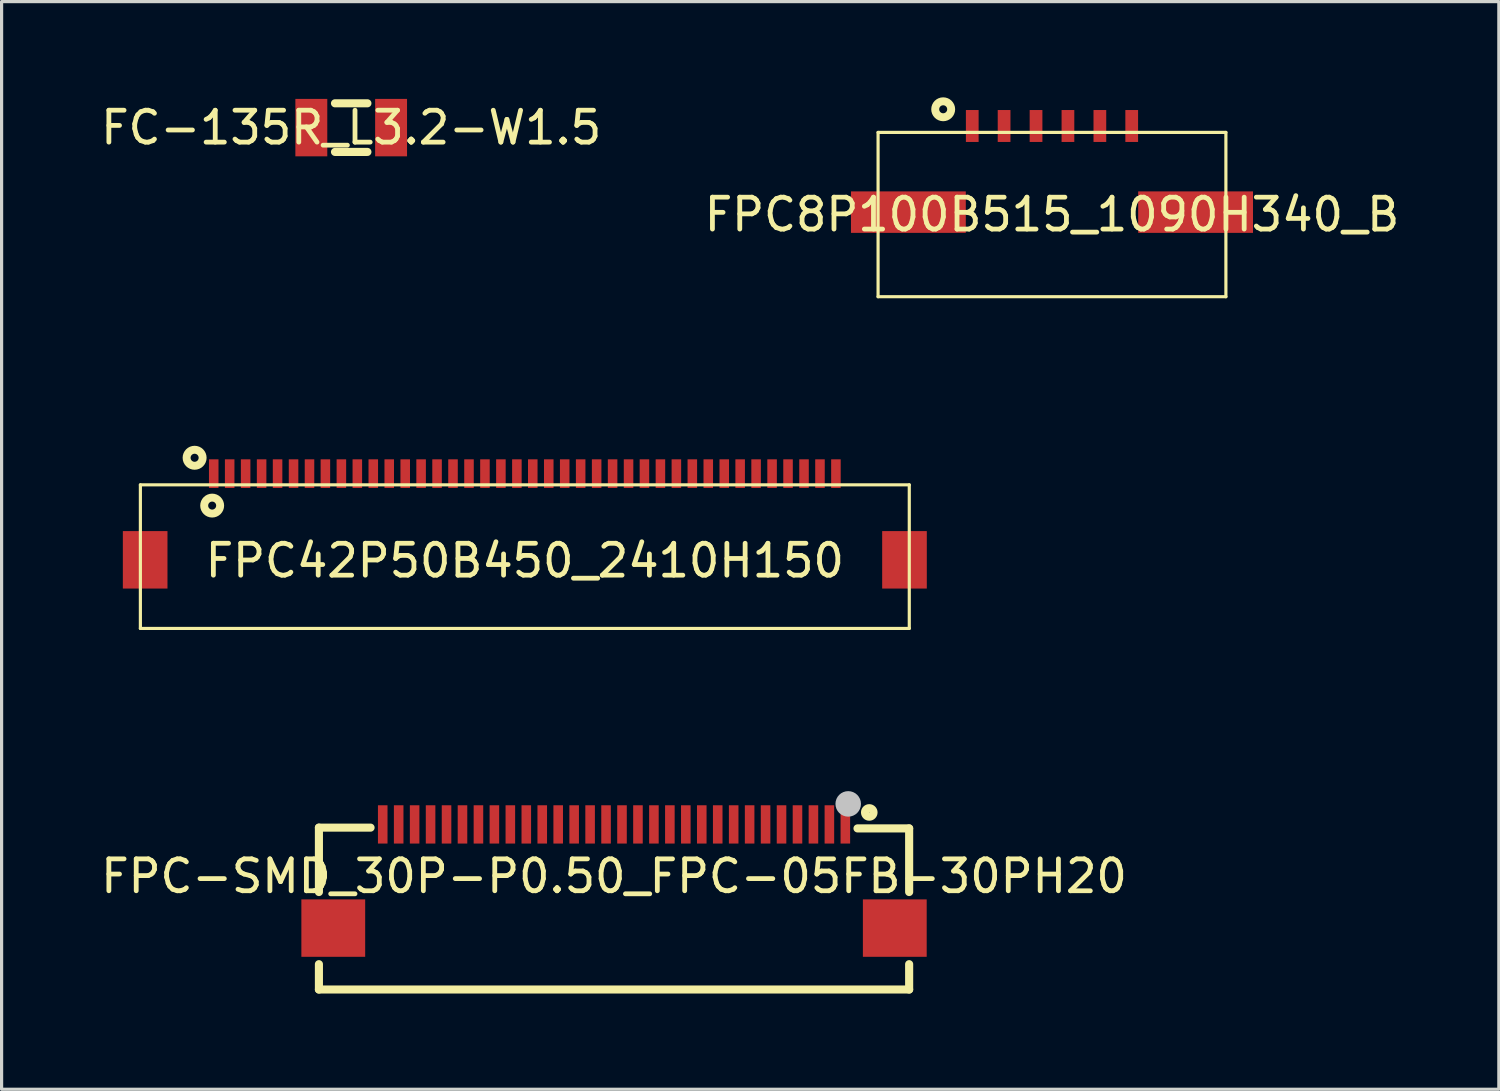
<source format=kicad_pcb>
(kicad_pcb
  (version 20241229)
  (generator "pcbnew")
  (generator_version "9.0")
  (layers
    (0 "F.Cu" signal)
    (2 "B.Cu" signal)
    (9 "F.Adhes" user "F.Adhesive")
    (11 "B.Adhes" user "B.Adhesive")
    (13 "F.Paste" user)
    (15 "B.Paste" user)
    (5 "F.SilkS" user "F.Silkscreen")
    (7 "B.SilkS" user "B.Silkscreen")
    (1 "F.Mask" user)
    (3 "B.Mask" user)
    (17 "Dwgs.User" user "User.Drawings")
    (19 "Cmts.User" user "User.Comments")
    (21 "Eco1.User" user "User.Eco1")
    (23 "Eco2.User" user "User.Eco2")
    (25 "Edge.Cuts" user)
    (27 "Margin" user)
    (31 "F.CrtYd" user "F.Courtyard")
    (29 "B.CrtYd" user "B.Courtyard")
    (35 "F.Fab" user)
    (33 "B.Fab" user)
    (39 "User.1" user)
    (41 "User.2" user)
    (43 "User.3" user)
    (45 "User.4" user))
  (footprint "FPC8P100B515_1090H340_B"
    (layer "F.Cu")
    (at 29.923 3.675)
    (property "Reference" "FPC8P100B515_1090H340_B" (at 0 0 0) (layer "F.SilkS") (effects (font (size 1 1) (thickness 0.15))))
    (fp_line (start -5.451 -2.575) (end 5.451 -2.575) (stroke (width 0.099) (type default)) (layer "F.SilkS"))
    (fp_line (start -5.451 2.575) (end -5.451 -2.575) (stroke (width 0.099) (type default)) (layer "F.SilkS"))
    (fp_line (start -5.451 2.575) (end 5.451 2.575) (stroke (width 0.099) (type default)) (layer "F.SilkS"))
    (fp_line (start 5.451 2.575) (end 5.451 -2.575) (stroke (width 0.099) (type default)) (layer "F.SilkS"))
    (fp_circle (center -3.41 -3.3) (end -3.16 -3.3) (stroke (width 0.249) (type default)) (fill no) (layer "F.SilkS"))
    (fp_line (start -6.599 -3.574) (end 6.599 -3.574) (stroke (width 0.025) (type default)) (layer "User.1"))
    (fp_line (start -6.599 3.574) (end -6.599 -3.574) (stroke (width 0.025) (type default)) (layer "User.1"))
    (fp_line (start -6.599 3.574) (end 6.599 3.574) (stroke (width 0.025) (type default)) (layer "User.1"))
    (fp_line (start 6.599 3.574) (end 6.599 -3.574) (stroke (width 0.025) (type default)) (layer "User.1"))
    (fp_poly (pts (xy -5.451 -2.575) (xy -5.451 2.575) (xy 5.451 2.575) (xy 5.451 -2.575)) (stroke (width 0.1) (type default)) (fill no) (layer "User.1"))
    (fp_poly (pts (xy -5.451 -2.575) (xy -5.451 2.575) (xy 5.451 2.575) (xy 5.451 -2.575)) (stroke (width 0.1) (type default)) (fill no) (layer "User.1"))
    (fp_poly (pts (xy -5.25 -3.574) (xy 6.599 -3.574) (xy 6.599 3.574) (xy -6.599 3.574) (xy -6.599 -3.574) (xy -5.451 -3.574) (xy -5.451 2.575) (xy 5.451 2.575) (xy 5.451 -2.575) (xy -5.25 -2.575)) (stroke (width 0.1) (type default)) (fill no) (layer "User.1"))
    (fp_poly (pts (xy -5.25 -3.574) (xy 6.599 -3.574) (xy 6.599 3.574) (xy -6.599 3.574) (xy -6.599 -3.574) (xy -5.451 -3.574) (xy -5.451 2.575) (xy 5.451 2.575) (xy 5.451 -2.575) (xy -5.25 -2.575)) (stroke (width 0.1) (type default)) (fill no) (layer "User.1"))
    (pad "1" smd rect (at -2.499 -2.776) (size 0.399 1.001) (layers "F.Cu" "F.Mask" "F.Paste"))
    (pad "2" smd rect (at -1.501 -2.776) (size 0.399 1.001) (layers "F.Cu" "F.Mask" "F.Paste"))
    (pad "3" smd rect (at -0.5 -2.776) (size 0.399 1.001) (layers "F.Cu" "F.Mask" "F.Paste"))
    (pad "4" smd rect (at 0.5 -2.776) (size 0.399 1.001) (layers "F.Cu" "F.Mask" "F.Paste"))
    (pad "5" smd rect (at 1.501 -2.776) (size 0.399 1.001) (layers "F.Cu" "F.Mask" "F.Paste"))
    (pad "6" smd rect (at 2.499 -2.776) (size 0.399 1.001) (layers "F.Cu" "F.Mask" "F.Paste"))
    (pad "7" smd rect (at 4.501 -0.076) (size 3.599 1.3) (layers "F.Cu" "F.Mask" "F.Paste"))
    (pad "8" smd rect (at -4.501 -0.076) (size 3.599 1.3) (layers "F.Cu" "F.Mask" "F.Paste")))
  (footprint "FC-135R_L3.2-W1.5"
    (layer "F.Cu")
    (at 7.958 0.95)
    (property "Reference" "FC-135R_L3.2-W1.5" (at 0 0 0) (layer "F.SilkS") (effects (font (size 1 1) (thickness 0.15))))
    (fp_line (start -0.508 -0.762) (end 0.508 -0.762) (stroke (width 0.254) (type default)) (layer "F.SilkS"))
    (fp_line (start 0.508 0.762) (end -0.508 0.762) (stroke (width 0.254) (type default)) (layer "F.SilkS"))
    (fp_poly (pts (xy -1.75 0.9) (xy -1.75 -0.9) (xy -0.75 -0.9) (xy -0.75 0.9)) (stroke (width 0.1) (type default)) (fill no) (layer "User.1"))
    (fp_poly (pts (xy 0.75 0.9) (xy 0.75 -0.9) (xy 1.75 -0.9) (xy 1.75 0.9)) (stroke (width 0.1) (type default)) (fill no) (layer "User.1"))
    (fp_line (start -1.75 -0.9) (end 1.75 -0.9) (stroke (width 0.051) (type default)) (layer "User.2"))
    (fp_line (start -1.75 0.9) (end -1.75 -0.9) (stroke (width 0.051) (type default)) (layer "User.2"))
    (fp_line (start 1.75 -0.9) (end 1.75 0.9) (stroke (width 0.051) (type default)) (layer "User.2"))
    (fp_line (start 1.75 0.9) (end -1.75 0.9) (stroke (width 0.051) (type default)) (layer "User.2"))
    (fp_poly (pts (xy -1.69 0.9) (xy -1.708 0.858) (xy -1.75 0.84) (xy -1.792 0.858) (xy -1.81 0.9) (xy -1.792 0.942) (xy -1.75 0.96) (xy -1.708 0.942)) (stroke (width 0.1) (type default)) (fill no) (layer "User.3"))
    (pad "1" smd rect (at -1.25 0 90) (size 1.8 1) (layers "F.Cu" "F.Mask" "F.Paste"))
    (pad "2" smd rect (at 1.25 0 90) (size 1.8 1) (layers "F.Cu" "F.Mask" "F.Paste")))
  (footprint "FPC-SMD_30P-P0.50_FPC-05FB-30PH20"
    (layer "F.Cu")
    (at 16.196 24.415)
    (property "Reference" "FPC-SMD_30P-P0.50_FPC-05FB-30PH20" (at 0 0 0) (layer "F.SilkS") (effects (font (size 1 1) (thickness 0.15))))
    (fp_line (start -9.25 -1.524) (end -7.631 -1.524) (stroke (width 0.254) (type default)) (layer "F.SilkS"))
    (fp_line (start -9.25 0.494) (end -9.25 -1.524) (stroke (width 0.254) (type default)) (layer "F.SilkS"))
    (fp_line (start -9.25 2.756) (end -9.25 3.55) (stroke (width 0.254) (type default)) (layer "F.SilkS"))
    (fp_line (start -9.25 3.55) (end 9.25 3.55) (stroke (width 0.254) (type default)) (layer "F.SilkS"))
    (fp_line (start 9.25 -1.5) (end 7.631 -1.5) (stroke (width 0.254) (type default)) (layer "F.SilkS"))
    (fp_line (start 9.25 0.494) (end 9.25 -1.5) (stroke (width 0.254) (type default)) (layer "F.SilkS"))
    (fp_line (start 9.25 3.55) (end 9.25 2.756) (stroke (width 0.254) (type default)) (layer "F.SilkS"))
    (fp_circle (center 8 -2) (end 8.133 -2) (stroke (width 0.254) (type default)) (fill no) (layer "F.SilkS"))
    (fp_circle (center 7.34 -2.268) (end 7.54 -2.268) (stroke (width 0.4) (type default)) (fill no) (layer "Dwgs.User"))
    (fp_poly (pts (xy -9.25 2.375) (xy -9.25 0.875) (xy -8.55 0.875) (xy -8.55 2.375)) (stroke (width 0.1) (type default)) (fill no) (layer "User.1"))
    (fp_poly (pts (xy -7.325 -1.883) (xy -7.175 -1.883) (xy -7.175 -1.183) (xy -7.325 -1.183)) (stroke (width 0.1) (type default)) (fill no) (layer "User.1"))
    (fp_poly (pts (xy -6.825 -1.883) (xy -6.675 -1.883) (xy -6.675 -1.183) (xy -6.825 -1.183)) (stroke (width 0.1) (type default)) (fill no) (layer "User.1"))
    (fp_poly (pts (xy -6.325 -1.883) (xy -6.175 -1.883) (xy -6.175 -1.183) (xy -6.325 -1.183)) (stroke (width 0.1) (type default)) (fill no) (layer "User.1"))
    (fp_poly (pts (xy -5.825 -1.883) (xy -5.675 -1.883) (xy -5.675 -1.183) (xy -5.825 -1.183)) (stroke (width 0.1) (type default)) (fill no) (layer "User.1"))
    (fp_poly (pts (xy -5.325 -1.883) (xy -5.175 -1.883) (xy -5.175 -1.183) (xy -5.325 -1.183)) (stroke (width 0.1) (type default)) (fill no) (layer "User.1"))
    (fp_poly (pts (xy -4.825 -1.883) (xy -4.675 -1.883) (xy -4.675 -1.183) (xy -4.825 -1.183)) (stroke (width 0.1) (type default)) (fill no) (layer "User.1"))
    (fp_poly (pts (xy -4.325 -1.883) (xy -4.175 -1.883) (xy -4.175 -1.183) (xy -4.325 -1.183)) (stroke (width 0.1) (type default)) (fill no) (layer "User.1"))
    (fp_poly (pts (xy -3.825 -1.883) (xy -3.675 -1.883) (xy -3.675 -1.183) (xy -3.825 -1.183)) (stroke (width 0.1) (type default)) (fill no) (layer "User.1"))
    (fp_poly (pts (xy -3.325 -1.883) (xy -3.175 -1.883) (xy -3.175 -1.183) (xy -3.325 -1.183)) (stroke (width 0.1) (type default)) (fill no) (layer "User.1"))
    (fp_poly (pts (xy -2.825 -1.883) (xy -2.675 -1.883) (xy -2.675 -1.183) (xy -2.825 -1.183)) (stroke (width 0.1) (type default)) (fill no) (layer "User.1"))
    (fp_poly (pts (xy -2.325 -1.883) (xy -2.175 -1.883) (xy -2.175 -1.183) (xy -2.325 -1.183)) (stroke (width 0.1) (type default)) (fill no) (layer "User.1"))
    (fp_poly (pts (xy -1.825 -1.883) (xy -1.675 -1.883) (xy -1.675 -1.183) (xy -1.825 -1.183)) (stroke (width 0.1) (type default)) (fill no) (layer "User.1"))
    (fp_poly (pts (xy -1.325 -1.883) (xy -1.175 -1.883) (xy -1.175 -1.183) (xy -1.325 -1.183)) (stroke (width 0.1) (type default)) (fill no) (layer "User.1"))
    (fp_poly (pts (xy -0.825 -1.883) (xy -0.675 -1.883) (xy -0.675 -1.183) (xy -0.825 -1.183)) (stroke (width 0.1) (type default)) (fill no) (layer "User.1"))
    (fp_poly (pts (xy -0.325 -1.883) (xy -0.175 -1.883) (xy -0.175 -1.183) (xy -0.325 -1.183)) (stroke (width 0.1) (type default)) (fill no) (layer "User.1"))
    (fp_poly (pts (xy 0.175 -1.883) (xy 0.325 -1.883) (xy 0.325 -1.183) (xy 0.175 -1.183)) (stroke (width 0.1) (type default)) (fill no) (layer "User.1"))
    (fp_poly (pts (xy 0.675 -1.883) (xy 0.825 -1.883) (xy 0.825 -1.183) (xy 0.675 -1.183)) (stroke (width 0.1) (type default)) (fill no) (layer "User.1"))
    (fp_poly (pts (xy 1.175 -1.883) (xy 1.325 -1.883) (xy 1.325 -1.183) (xy 1.175 -1.183)) (stroke (width 0.1) (type default)) (fill no) (layer "User.1"))
    (fp_poly (pts (xy 1.675 -1.883) (xy 1.825 -1.883) (xy 1.825 -1.183) (xy 1.675 -1.183)) (stroke (width 0.1) (type default)) (fill no) (layer "User.1"))
    (fp_poly (pts (xy 2.175 -1.883) (xy 2.325 -1.883) (xy 2.325 -1.183) (xy 2.175 -1.183)) (stroke (width 0.1) (type default)) (fill no) (layer "User.1"))
    (fp_poly (pts (xy 2.675 -1.883) (xy 2.825 -1.883) (xy 2.825 -1.183) (xy 2.675 -1.183)) (stroke (width 0.1) (type default)) (fill no) (layer "User.1"))
    (fp_poly (pts (xy 3.175 -1.883) (xy 3.325 -1.883) (xy 3.325 -1.183) (xy 3.175 -1.183)) (stroke (width 0.1) (type default)) (fill no) (layer "User.1"))
    (fp_poly (pts (xy 3.675 -1.883) (xy 3.825 -1.883) (xy 3.825 -1.183) (xy 3.675 -1.183)) (stroke (width 0.1) (type default)) (fill no) (layer "User.1"))
    (fp_poly (pts (xy 4.175 -1.883) (xy 4.325 -1.883) (xy 4.325 -1.183) (xy 4.175 -1.183)) (stroke (width 0.1) (type default)) (fill no) (layer "User.1"))
    (fp_poly (pts (xy 4.675 -1.883) (xy 4.825 -1.883) (xy 4.825 -1.183) (xy 4.675 -1.183)) (stroke (width 0.1) (type default)) (fill no) (layer "User.1"))
    (fp_poly (pts (xy 5.175 -1.883) (xy 5.325 -1.883) (xy 5.325 -1.183) (xy 5.175 -1.183)) (stroke (width 0.1) (type default)) (fill no) (layer "User.1"))
    (fp_poly (pts (xy 5.675 -1.883) (xy 5.825 -1.883) (xy 5.825 -1.183) (xy 5.675 -1.183)) (stroke (width 0.1) (type default)) (fill no) (layer "User.1"))
    (fp_poly (pts (xy 6.175 -1.883) (xy 6.325 -1.883) (xy 6.325 -1.183) (xy 6.175 -1.183)) (stroke (width 0.1) (type default)) (fill no) (layer "User.1"))
    (fp_poly (pts (xy 6.675 -1.883) (xy 6.825 -1.883) (xy 6.825 -1.183) (xy 6.675 -1.183)) (stroke (width 0.1) (type default)) (fill no) (layer "User.1"))
    (fp_poly (pts (xy 7.175 -1.883) (xy 7.325 -1.883) (xy 7.325 -1.183) (xy 7.175 -1.183)) (stroke (width 0.1) (type default)) (fill no) (layer "User.1"))
    (fp_poly (pts (xy 8.55 2.375) (xy 8.55 0.875) (xy 9.25 0.875) (xy 9.25 2.375)) (stroke (width 0.1) (type default)) (fill no) (layer "User.1"))
    (fp_line (start -9.25 -1.383) (end 9.25 -1.383) (stroke (width 0.051) (type default)) (layer "User.2"))
    (fp_line (start -9.25 3.517) (end -9.25 -1.383) (stroke (width 0.051) (type default)) (layer "User.2"))
    (fp_line (start 9.25 -1.383) (end 9.25 3.517) (stroke (width 0.051) (type default)) (layer "User.2"))
    (fp_line (start 9.25 3.517) (end -9.25 3.517) (stroke (width 0.051) (type default)) (layer "User.2"))
    (fp_poly (pts (xy 9.31 -1.883) (xy 9.292 -1.926) (xy 9.25 -1.944) (xy 9.208 -1.926) (xy 9.19 -1.883) (xy 9.208 -1.841) (xy 9.25 -1.823) (xy 9.292 -1.841)) (stroke (width 0.1) (type default)) (fill no) (layer "User.3"))
    (pad "1" smd rect (at 7.25 -1.625) (size 0.3 1.2) (layers "F.Cu" "F.Mask" "F.Paste"))
    (pad "2" smd rect (at 6.75 -1.625) (size 0.3 1.2) (layers "F.Cu" "F.Mask" "F.Paste"))
    (pad "3" smd rect (at 6.25 -1.625) (size 0.3 1.2) (layers "F.Cu" "F.Mask" "F.Paste"))
    (pad "4" smd rect (at 5.75 -1.625) (size 0.3 1.2) (layers "F.Cu" "F.Mask" "F.Paste"))
    (pad "5" smd rect (at 5.25 -1.625) (size 0.3 1.2) (layers "F.Cu" "F.Mask" "F.Paste"))
    (pad "6" smd rect (at 4.75 -1.625) (size 0.3 1.2) (layers "F.Cu" "F.Mask" "F.Paste"))
    (pad "7" smd rect (at 4.25 -1.625) (size 0.3 1.2) (layers "F.Cu" "F.Mask" "F.Paste"))
    (pad "8" smd rect (at 3.75 -1.625) (size 0.3 1.2) (layers "F.Cu" "F.Mask" "F.Paste"))
    (pad "9" smd rect (at 3.25 -1.625) (size 0.3 1.2) (layers "F.Cu" "F.Mask" "F.Paste"))
    (pad "10" smd rect (at 2.75 -1.625) (size 0.3 1.2) (layers "F.Cu" "F.Mask" "F.Paste"))
    (pad "11" smd rect (at 2.25 -1.625) (size 0.3 1.2) (layers "F.Cu" "F.Mask" "F.Paste"))
    (pad "12" smd rect (at 1.75 -1.625) (size 0.3 1.2) (layers "F.Cu" "F.Mask" "F.Paste"))
    (pad "13" smd rect (at 1.25 -1.625) (size 0.3 1.2) (layers "F.Cu" "F.Mask" "F.Paste"))
    (pad "14" smd rect (at 0.75 -1.625) (size 0.3 1.2) (layers "F.Cu" "F.Mask" "F.Paste"))
    (pad "15" smd rect (at 0.25 -1.625) (size 0.3 1.2) (layers "F.Cu" "F.Mask" "F.Paste"))
    (pad "16" smd rect (at -0.25 -1.625) (size 0.3 1.2) (layers "F.Cu" "F.Mask" "F.Paste"))
    (pad "17" smd rect (at -0.75 -1.625) (size 0.3 1.2) (layers "F.Cu" "F.Mask" "F.Paste"))
    (pad "18" smd rect (at -1.25 -1.625) (size 0.3 1.2) (layers "F.Cu" "F.Mask" "F.Paste"))
    (pad "19" smd rect (at -1.75 -1.625) (size 0.3 1.2) (layers "F.Cu" "F.Mask" "F.Paste"))
    (pad "20" smd rect (at -2.25 -1.625) (size 0.3 1.2) (layers "F.Cu" "F.Mask" "F.Paste"))
    (pad "21" smd rect (at -2.75 -1.625) (size 0.3 1.2) (layers "F.Cu" "F.Mask" "F.Paste"))
    (pad "22" smd rect (at -3.25 -1.625) (size 0.3 1.2) (layers "F.Cu" "F.Mask" "F.Paste"))
    (pad "23" smd rect (at -3.75 -1.625) (size 0.3 1.2) (layers "F.Cu" "F.Mask" "F.Paste"))
    (pad "24" smd rect (at -4.25 -1.625) (size 0.3 1.2) (layers "F.Cu" "F.Mask" "F.Paste"))
    (pad "25" smd rect (at -4.75 -1.625) (size 0.3 1.2) (layers "F.Cu" "F.Mask" "F.Paste"))
    (pad "26" smd rect (at -5.25 -1.625) (size 0.3 1.2) (layers "F.Cu" "F.Mask" "F.Paste"))
    (pad "27" smd rect (at -5.75 -1.625) (size 0.3 1.2) (layers "F.Cu" "F.Mask" "F.Paste"))
    (pad "28" smd rect (at -6.25 -1.625) (size 0.3 1.2) (layers "F.Cu" "F.Mask" "F.Paste"))
    (pad "29" smd rect (at -6.75 -1.625) (size 0.3 1.2) (layers "F.Cu" "F.Mask" "F.Paste"))
    (pad "30" smd rect (at -7.25 -1.625) (size 0.3 1.2) (layers "F.Cu" "F.Mask" "F.Paste"))
    (pad "31" smd rect (at -8.8 1.625) (size 2 1.8) (layers "F.Cu" "F.Mask" "F.Paste"))
    (pad "32" smd rect (at 8.8 1.625) (size 2 1.8) (layers "F.Cu" "F.Mask" "F.Paste")))
  (footprint "FPC42P50B450_2410H150"
    (layer "F.Cu")
    (at 13.4 14.523)
    (property "Reference" "FPC42P50B450_2410H150" (at 0 0 0) (layer "F.SilkS") (effects (font (size 1 1) (thickness 0.15))))
    (fp_line (start -12.05 -2.376) (end 12.05 -2.376) (stroke (width 0.099) (type default)) (layer "F.SilkS"))
    (fp_line (start -12.05 2.124) (end -12.05 -2.376) (stroke (width 0.099) (type default)) (layer "F.SilkS"))
    (fp_line (start -12.05 2.124) (end 12.05 2.124) (stroke (width 0.099) (type default)) (layer "F.SilkS"))
    (fp_line (start 12.05 2.124) (end 12.05 -2.376) (stroke (width 0.099) (type default)) (layer "F.SilkS"))
    (fp_circle (center -10.35 -3.225) (end -10.099 -3.225) (stroke (width 0.249) (type default)) (fill no) (layer "F.SilkS"))
    (fp_circle (center -9.8 -1.726) (end -9.55 -1.726) (stroke (width 0.249) (type default)) (fill no) (layer "F.SilkS"))
    (fp_line (start -13.35 -4.175) (end 13.35 -4.175) (stroke (width 0.025) (type default)) (layer "User.1"))
    (fp_line (start -13.35 4.175) (end -13.35 -4.175) (stroke (width 0.025) (type default)) (layer "User.1"))
    (fp_line (start -13.35 4.175) (end 13.35 4.175) (stroke (width 0.025) (type default)) (layer "User.1"))
    (fp_line (start 13.35 4.175) (end 13.35 -4.175) (stroke (width 0.025) (type default)) (layer "User.1"))
    (fp_poly (pts (xy -12.05 -2.376) (xy -12.05 2.124) (xy 12.05 2.124) (xy 12.05 -2.376)) (stroke (width 0.1) (type default)) (fill no) (layer "User.1"))
    (fp_poly (pts (xy -12.05 -2.376) (xy -12.05 2.124) (xy 12.05 2.124) (xy 12.05 -2.376)) (stroke (width 0.1) (type default)) (fill no) (layer "User.1"))
    (fp_poly (pts (xy -13.35 -4.075) (xy -13.35 3.824) (xy -13.35 4.175) (xy 11.999 4.175) (xy 11.999 2.124) (xy -12.05 2.124) (xy -12.05 -2.376) (xy 12.05 -2.376) (xy 12.05 4.175) (xy 13.35 4.175) (xy 13.35 3.324) (xy 13.35 -3.875) (xy 13.35 -4.175) (xy 13.251 -4.175) (xy -13.35 -4.175)) (stroke (width 0.1) (type default)) (fill no) (layer "User.1"))
    (fp_poly (pts (xy -13.35 -4.075) (xy -13.35 3.824) (xy -13.35 4.175) (xy 11.999 4.175) (xy 11.999 2.124) (xy -12.05 2.124) (xy -12.05 -2.376) (xy 12.05 -2.376) (xy 12.05 4.175) (xy 13.35 4.175) (xy 13.35 3.324) (xy 13.35 -3.875) (xy 13.35 -4.175) (xy 13.251 -4.175) (xy -13.35 -4.175)) (stroke (width 0.1) (type default)) (fill no) (layer "User.1"))
    (pad "1" smd rect (at -9.751 -2.727) (size 0.299 0.899) (layers "F.Cu" "F.Mask" "F.Paste"))
    (pad "2" smd rect (at -9.251 -2.727) (size 0.299 0.899) (layers "F.Cu" "F.Mask" "F.Paste"))
    (pad "3" smd rect (at -8.751 -2.727) (size 0.299 0.899) (layers "F.Cu" "F.Mask" "F.Paste"))
    (pad "4" smd rect (at -8.25 -2.727) (size 0.299 0.899) (layers "F.Cu" "F.Mask" "F.Paste"))
    (pad "5" smd rect (at -7.75 -2.727) (size 0.299 0.899) (layers "F.Cu" "F.Mask" "F.Paste"))
    (pad "6" smd rect (at -7.249 -2.727) (size 0.299 0.899) (layers "F.Cu" "F.Mask" "F.Paste"))
    (pad "7" smd rect (at -6.749 -2.727) (size 0.299 0.899) (layers "F.Cu" "F.Mask" "F.Paste"))
    (pad "8" smd rect (at -6.251 -2.727) (size 0.299 0.899) (layers "F.Cu" "F.Mask" "F.Paste"))
    (pad "9" smd rect (at -5.75 -2.727) (size 0.299 0.899) (layers "F.Cu" "F.Mask" "F.Paste"))
    (pad "10" smd rect (at -5.25 -2.727) (size 0.299 0.899) (layers "F.Cu" "F.Mask" "F.Paste"))
    (pad "11" smd rect (at -4.75 -2.727) (size 0.299 0.899) (layers "F.Cu" "F.Mask" "F.Paste"))
    (pad "12" smd rect (at -4.25 -2.727) (size 0.299 0.899) (layers "F.Cu" "F.Mask" "F.Paste"))
    (pad "13" smd rect (at -3.749 -2.727) (size 0.299 0.899) (layers "F.Cu" "F.Mask" "F.Paste"))
    (pad "14" smd rect (at -3.251 -2.727) (size 0.299 0.899) (layers "F.Cu" "F.Mask" "F.Paste"))
    (pad "15" smd rect (at -2.751 -2.727) (size 0.299 0.899) (layers "F.Cu" "F.Mask" "F.Paste"))
    (pad "16" smd rect (at -2.251 -2.727) (size 0.299 0.899) (layers "F.Cu" "F.Mask" "F.Paste"))
    (pad "17" smd rect (at -1.75 -2.727) (size 0.299 0.899) (layers "F.Cu" "F.Mask" "F.Paste"))
    (pad "18" smd rect (at -1.25 -2.727) (size 0.299 0.899) (layers "F.Cu" "F.Mask" "F.Paste"))
    (pad "19" smd rect (at -0.75 -2.727) (size 0.299 0.899) (layers "F.Cu" "F.Mask" "F.Paste"))
    (pad "20" smd rect (at -0.249 -2.727) (size 0.299 0.899) (layers "F.Cu" "F.Mask" "F.Paste"))
    (pad "21" smd rect (at 0.249 -2.727) (size 0.299 0.899) (layers "F.Cu" "F.Mask" "F.Paste"))
    (pad "22" smd rect (at 0.75 -2.727) (size 0.299 0.899) (layers "F.Cu" "F.Mask" "F.Paste"))
    (pad "23" smd rect (at 1.25 -2.727) (size 0.299 0.899) (layers "F.Cu" "F.Mask" "F.Paste"))
    (pad "24" smd rect (at 1.75 -2.727) (size 0.299 0.899) (layers "F.Cu" "F.Mask" "F.Paste"))
    (pad "25" smd rect (at 2.251 -2.727) (size 0.299 0.899) (layers "F.Cu" "F.Mask" "F.Paste"))
    (pad "26" smd rect (at 2.751 -2.727) (size 0.299 0.899) (layers "F.Cu" "F.Mask" "F.Paste"))
    (pad "27" smd rect (at 3.251 -2.727) (size 0.299 0.899) (layers "F.Cu" "F.Mask" "F.Paste"))
    (pad "28" smd rect (at 3.749 -2.727) (size 0.299 0.899) (layers "F.Cu" "F.Mask" "F.Paste"))
    (pad "29" smd rect (at 4.25 -2.727) (size 0.299 0.899) (layers "F.Cu" "F.Mask" "F.Paste"))
    (pad "30" smd rect (at 4.75 -2.727) (size 0.299 0.899) (layers "F.Cu" "F.Mask" "F.Paste"))
    (pad "31" smd rect (at 5.25 -2.727) (size 0.299 0.899) (layers "F.Cu" "F.Mask" "F.Paste"))
    (pad "32" smd rect (at 5.75 -2.727) (size 0.299 0.899) (layers "F.Cu" "F.Mask" "F.Paste"))
    (pad "33" smd rect (at 6.251 -2.727) (size 0.299 0.899) (layers "F.Cu" "F.Mask" "F.Paste"))
    (pad "34" smd rect (at 6.749 -2.727) (size 0.299 0.899) (layers "F.Cu" "F.Mask" "F.Paste"))
    (pad "35" smd rect (at 7.249 -2.727) (size 0.299 0.899) (layers "F.Cu" "F.Mask" "F.Paste"))
    (pad "36" smd rect (at 7.75 -2.727) (size 0.299 0.899) (layers "F.Cu" "F.Mask" "F.Paste"))
    (pad "37" smd rect (at 8.25 -2.727) (size 0.299 0.899) (layers "F.Cu" "F.Mask" "F.Paste"))
    (pad "38" smd rect (at 8.751 -2.727) (size 0.299 0.899) (layers "F.Cu" "F.Mask" "F.Paste"))
    (pad "39" smd rect (at 9.251 -2.727) (size 0.299 0.899) (layers "F.Cu" "F.Mask" "F.Paste"))
    (pad "40" smd rect (at 9.751 -2.727) (size 0.299 0.899) (layers "F.Cu" "F.Mask" "F.Paste"))
    (pad "41" smd rect (at 11.9 -0.026) (size 1.399 1.801) (layers "F.Cu" "F.Mask" "F.Paste"))
    (pad "42" smd rect (at -11.9 -0.026) (size 1.399 1.801) (layers "F.Cu" "F.Mask" "F.Paste")))
  (gr_rect
    (start -3 -3)
    (end 43.929 31.092)
    (stroke (width 0.1) (type default))
    (fill no)
    (layer "Edge.Cuts")))
</source>
